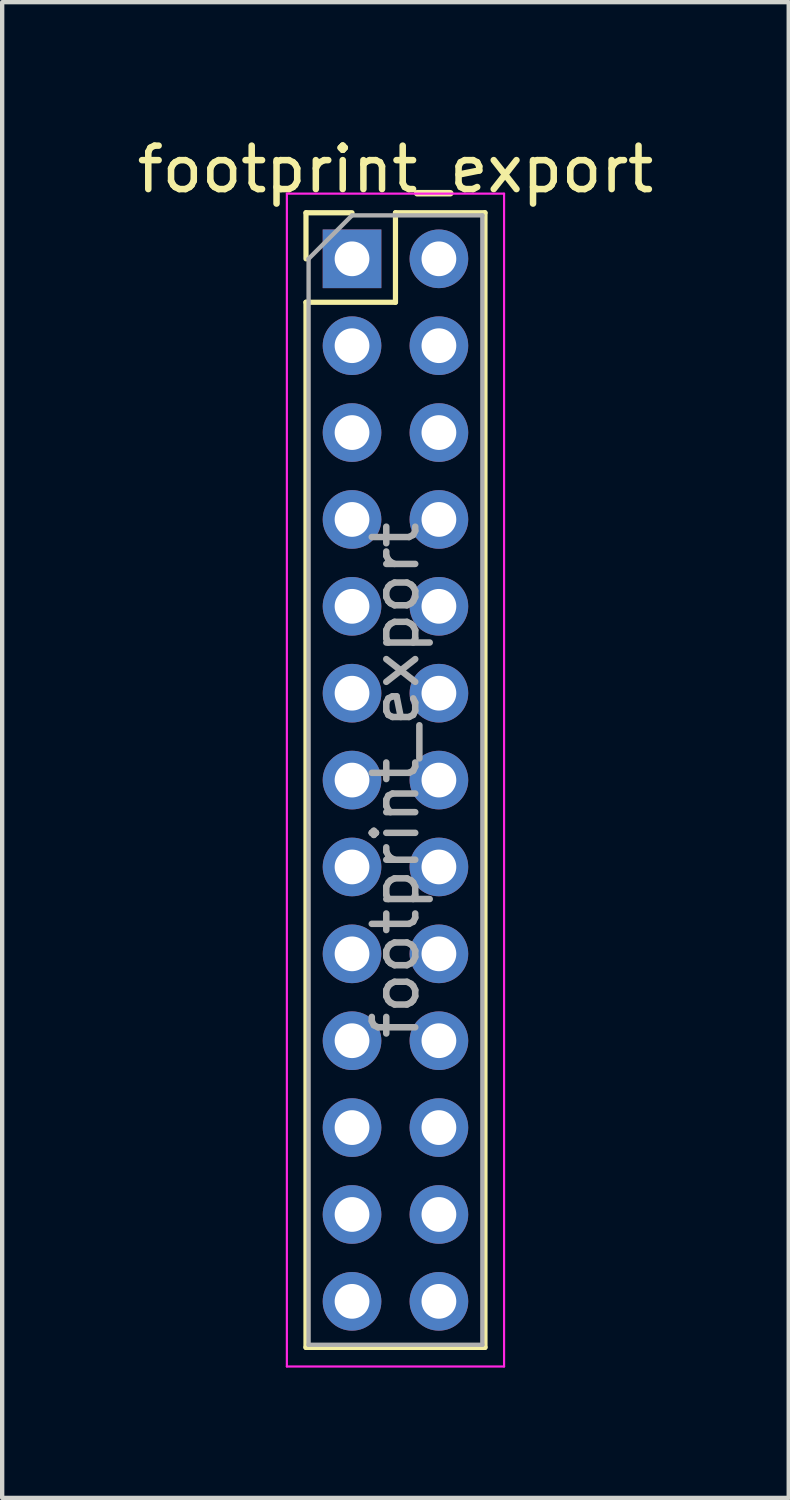
<source format=kicad_pcb>
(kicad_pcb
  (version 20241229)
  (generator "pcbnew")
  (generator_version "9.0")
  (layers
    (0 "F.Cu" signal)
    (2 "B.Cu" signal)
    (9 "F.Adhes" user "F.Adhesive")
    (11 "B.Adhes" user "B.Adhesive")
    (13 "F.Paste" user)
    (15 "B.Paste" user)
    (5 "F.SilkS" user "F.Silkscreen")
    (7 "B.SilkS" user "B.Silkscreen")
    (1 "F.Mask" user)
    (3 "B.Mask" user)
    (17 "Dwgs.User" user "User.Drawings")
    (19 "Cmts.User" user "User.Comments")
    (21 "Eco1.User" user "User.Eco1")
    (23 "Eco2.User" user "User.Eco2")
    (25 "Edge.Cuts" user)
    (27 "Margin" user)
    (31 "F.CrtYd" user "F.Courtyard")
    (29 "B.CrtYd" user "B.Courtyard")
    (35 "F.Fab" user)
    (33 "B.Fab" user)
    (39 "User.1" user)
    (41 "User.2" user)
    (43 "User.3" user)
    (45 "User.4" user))
  (footprint "footprint_export"
    (layer "F.Cu")
    (at 5.054 2.908)
    (property "Reference" "footprint_export" (at 1 -2.06 0) (layer "F.SilkS") (effects (font (size 1 1) (thickness 0.15))))
    (attr through_hole)
    (fp_line (start -1.06 -1.06) (end 0 -1.06) (stroke (width 0.12) (type solid)) (layer "F.SilkS"))
    (fp_line (start -1.06 0) (end -1.06 -1.06) (stroke (width 0.12) (type solid)) (layer "F.SilkS"))
    (fp_line (start -1.06 1) (end -1.06 25.06) (stroke (width 0.12) (type solid)) (layer "F.SilkS"))
    (fp_line (start -1.06 1) (end 1 1) (stroke (width 0.12) (type solid)) (layer "F.SilkS"))
    (fp_line (start -1.06 25.06) (end 3.06 25.06) (stroke (width 0.12) (type solid)) (layer "F.SilkS"))
    (fp_line (start 1 -1.06) (end 3.06 -1.06) (stroke (width 0.12) (type solid)) (layer "F.SilkS"))
    (fp_line (start 1 1) (end 1 -1.06) (stroke (width 0.12) (type solid)) (layer "F.SilkS"))
    (fp_line (start 3.06 -1.06) (end 3.06 25.06) (stroke (width 0.12) (type solid)) (layer "F.SilkS"))
    (fp_line (start -1.5 -1.5) (end -1.5 25.5) (stroke (width 0.05) (type solid)) (layer "F.CrtYd"))
    (fp_line (start -1.5 25.5) (end 3.5 25.5) (stroke (width 0.05) (type solid)) (layer "F.CrtYd"))
    (fp_line (start 3.5 -1.5) (end -1.5 -1.5) (stroke (width 0.05) (type solid)) (layer "F.CrtYd"))
    (fp_line (start 3.5 25.5) (end 3.5 -1.5) (stroke (width 0.05) (type solid)) (layer "F.CrtYd"))
    (fp_line (start -1 0) (end 0 -1) (stroke (width 0.1) (type solid)) (layer "F.Fab"))
    (fp_line (start -1 25) (end -1 0) (stroke (width 0.1) (type solid)) (layer "F.Fab"))
    (fp_line (start 0 -1) (end 3 -1) (stroke (width 0.1) (type solid)) (layer "F.Fab"))
    (fp_line (start 3 -1) (end 3 25) (stroke (width 0.1) (type solid)) (layer "F.Fab"))
    (fp_line (start 3 25) (end -1 25) (stroke (width 0.1) (type solid)) (layer "F.Fab"))
    (fp_text user "${REFERENCE}" (at 1 12 90) (layer "F.Fab") (effects (font (size 1 1) (thickness 0.15))))
    (pad "1" thru_hole rect (at 0 0) (size 1.35 1.35) (drill 0.8) (layers "*.Cu" "*.Mask"))
    (pad "2" thru_hole oval (at 2 0) (size 1.35 1.35) (drill 0.8) (layers "*.Cu" "*.Mask"))
    (pad "3" thru_hole oval (at 0 2) (size 1.35 1.35) (drill 0.8) (layers "*.Cu" "*.Mask"))
    (pad "4" thru_hole oval (at 2 2) (size 1.35 1.35) (drill 0.8) (layers "*.Cu" "*.Mask"))
    (pad "5" thru_hole oval (at 0 4) (size 1.35 1.35) (drill 0.8) (layers "*.Cu" "*.Mask"))
    (pad "6" thru_hole oval (at 2 4) (size 1.35 1.35) (drill 0.8) (layers "*.Cu" "*.Mask"))
    (pad "7" thru_hole oval (at 0 6) (size 1.35 1.35) (drill 0.8) (layers "*.Cu" "*.Mask"))
    (pad "8" thru_hole oval (at 2 6) (size 1.35 1.35) (drill 0.8) (layers "*.Cu" "*.Mask"))
    (pad "9" thru_hole oval (at 0 8) (size 1.35 1.35) (drill 0.8) (layers "*.Cu" "*.Mask"))
    (pad "10" thru_hole oval (at 2 8) (size 1.35 1.35) (drill 0.8) (layers "*.Cu" "*.Mask"))
    (pad "11" thru_hole oval (at 0 10) (size 1.35 1.35) (drill 0.8) (layers "*.Cu" "*.Mask"))
    (pad "12" thru_hole oval (at 2 10) (size 1.35 1.35) (drill 0.8) (layers "*.Cu" "*.Mask"))
    (pad "13" thru_hole oval (at 0 12) (size 1.35 1.35) (drill 0.8) (layers "*.Cu" "*.Mask"))
    (pad "14" thru_hole oval (at 2 12) (size 1.35 1.35) (drill 0.8) (layers "*.Cu" "*.Mask"))
    (pad "15" thru_hole oval (at 0 14) (size 1.35 1.35) (drill 0.8) (layers "*.Cu" "*.Mask"))
    (pad "16" thru_hole oval (at 2 14) (size 1.35 1.35) (drill 0.8) (layers "*.Cu" "*.Mask"))
    (pad "17" thru_hole oval (at 0 16) (size 1.35 1.35) (drill 0.8) (layers "*.Cu" "*.Mask"))
    (pad "18" thru_hole oval (at 2 16) (size 1.35 1.35) (drill 0.8) (layers "*.Cu" "*.Mask"))
    (pad "19" thru_hole oval (at 0 18) (size 1.35 1.35) (drill 0.8) (layers "*.Cu" "*.Mask"))
    (pad "20" thru_hole oval (at 2 18) (size 1.35 1.35) (drill 0.8) (layers "*.Cu" "*.Mask"))
    (pad "21" thru_hole oval (at 0 20) (size 1.35 1.35) (drill 0.8) (layers "*.Cu" "*.Mask"))
    (pad "22" thru_hole oval (at 2 20) (size 1.35 1.35) (drill 0.8) (layers "*.Cu" "*.Mask"))
    (pad "23" thru_hole oval (at 0 22) (size 1.35 1.35) (drill 0.8) (layers "*.Cu" "*.Mask"))
    (pad "24" thru_hole oval (at 2 22) (size 1.35 1.35) (drill 0.8) (layers "*.Cu" "*.Mask"))
    (pad "25" thru_hole oval (at 0 24) (size 1.35 1.35) (drill 0.8) (layers "*.Cu" "*.Mask"))
    (pad "26" thru_hole oval (at 2 24) (size 1.35 1.35) (drill 0.8) (layers "*.Cu" "*.Mask")))
  (gr_rect
    (start -3 -3)
    (end 15.107 31.433)
    (stroke (width 0.1) (type default))
    (fill no)
    (layer "Edge.Cuts")))
</source>
